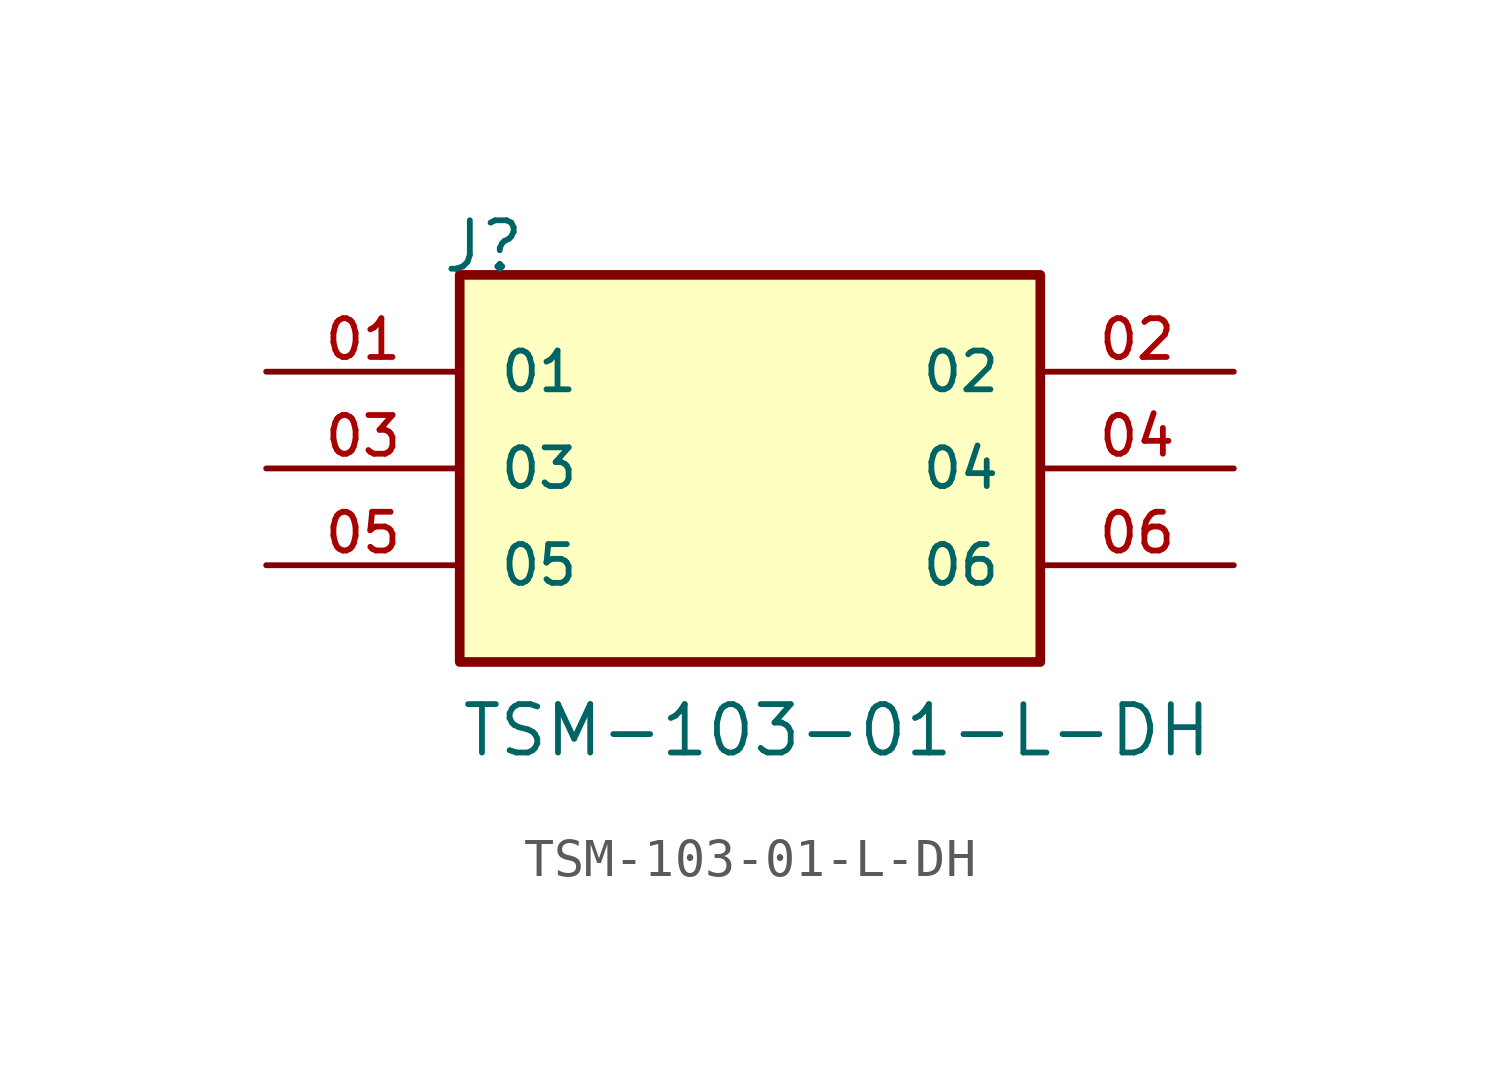
<source format=kicad_sym>
(kicad_symbol_lib
  (version 20231120)
  (generator "kicad_symbol_editor")
  (generator_version "8.0")
  (symbol "TSM-103-01-L-DH"
    (pin_names
      (offset 1.016))
    (property "Reference" "J"
      (at -8.12 5.08 0)
      (effects (font (size 1.27 1.27)) (justify left bottom)))
    (property "Value" "TSM-103-01-L-DH"
      (at -7.62 -7.62 0)
      (effects (font (size 1.27 1.27)) (justify left bottom)))
    (symbol "TSM-103-01-L-DH_0_0"
      (rectangle (start -7.62 -5.08) (end 7.62 5.08) (stroke (width 0.254) (type default)) (fill (type background)))
      (pin passive line (at -12.7 2.54 0) (length 5.08) (name "01" (effects (font (size 1.016 1.016)))) (number "01" (effects (font (size 1.016 1.016)))))
      (pin passive line (at 12.7 2.54 180) (length 5.08) (name "02" (effects (font (size 1.016 1.016)))) (number "02" (effects (font (size 1.016 1.016)))))
      (pin passive line (at -12.7 0 0) (length 5.08) (name "03" (effects (font (size 1.016 1.016)))) (number "03" (effects (font (size 1.016 1.016)))))
      (pin passive line (at 12.7 0 180) (length 5.08) (name "04" (effects (font (size 1.016 1.016)))) (number "04" (effects (font (size 1.016 1.016)))))
      (pin passive line (at -12.7 -2.54 0) (length 5.08) (name "05" (effects (font (size 1.016 1.016)))) (number "05" (effects (font (size 1.016 1.016)))))
      (pin passive line (at 12.7 -2.54 180) (length 5.08) (name "06" (effects (font (size 1.016 1.016)))) (number "06" (effects (font (size 1.016 1.016))))))))
</source>
